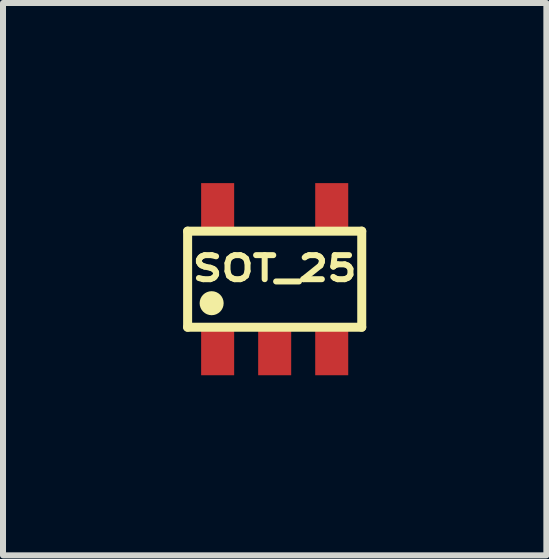
<source format=kicad_pcb>
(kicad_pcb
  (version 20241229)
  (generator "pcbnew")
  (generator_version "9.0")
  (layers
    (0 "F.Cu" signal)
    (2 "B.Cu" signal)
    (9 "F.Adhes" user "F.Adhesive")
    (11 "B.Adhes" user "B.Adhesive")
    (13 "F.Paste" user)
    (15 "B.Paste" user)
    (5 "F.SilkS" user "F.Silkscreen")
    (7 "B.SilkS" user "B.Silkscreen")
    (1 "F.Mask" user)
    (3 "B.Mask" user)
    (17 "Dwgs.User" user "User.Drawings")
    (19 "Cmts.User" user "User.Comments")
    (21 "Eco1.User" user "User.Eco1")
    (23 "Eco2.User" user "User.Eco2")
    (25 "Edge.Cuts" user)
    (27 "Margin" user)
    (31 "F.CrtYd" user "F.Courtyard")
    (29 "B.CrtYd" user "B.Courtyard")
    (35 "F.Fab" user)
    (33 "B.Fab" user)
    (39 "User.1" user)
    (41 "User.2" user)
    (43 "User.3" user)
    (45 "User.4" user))
  (footprint "SOT_25"
    (layer "F.Cu")
    (at 1.525 1.6)
    (property "Reference" "SOT_25" (at 0 -0.18 0) (layer "F.SilkS") (effects (font (size 0.4 0.5) (thickness 0.1))))
    (attr smd)
    (fp_line (start -1.45 -0.8) (end 1.45 -0.8) (stroke (width 0.15) (type solid)) (layer "F.SilkS"))
    (fp_line (start -1.45 0.8) (end -1.45 -0.8) (stroke (width 0.15) (type solid)) (layer "F.SilkS"))
    (fp_line (start 1.45 -0.8) (end 1.45 0.8) (stroke (width 0.15) (type solid)) (layer "F.SilkS"))
    (fp_line (start 1.45 0.8) (end -1.45 0.8) (stroke (width 0.15) (type solid)) (layer "F.SilkS"))
    (fp_circle (center -1.05 0.4) (end -0.95 0.4) (stroke (width 0.2) (type solid)) (fill no) (layer "F.SilkS"))
    (pad "1" smd rect (at -0.95 1.2) (size 0.55 0.8) (layers "F.Cu" "F.Mask" "F.Paste"))
    (pad "2" smd rect (at 0 1.2) (size 0.55 0.8) (layers "F.Cu" "F.Mask" "F.Paste"))
    (pad "3" smd rect (at 0.95 1.2) (size 0.55 0.8) (layers "F.Cu" "F.Mask" "F.Paste"))
    (pad "4" smd rect (at 0.95 -1.2) (size 0.55 0.8) (layers "F.Cu" "F.Mask" "F.Paste"))
    (pad "5" smd rect (at -0.95 -1.2) (size 0.55 0.8) (layers "F.Cu" "F.Mask" "F.Paste")))
  (gr_rect
    (start -3 -3)
    (end 6.05 6.2)
    (stroke (width 0.1) (type default))
    (fill no)
    (layer "Edge.Cuts")))
</source>
